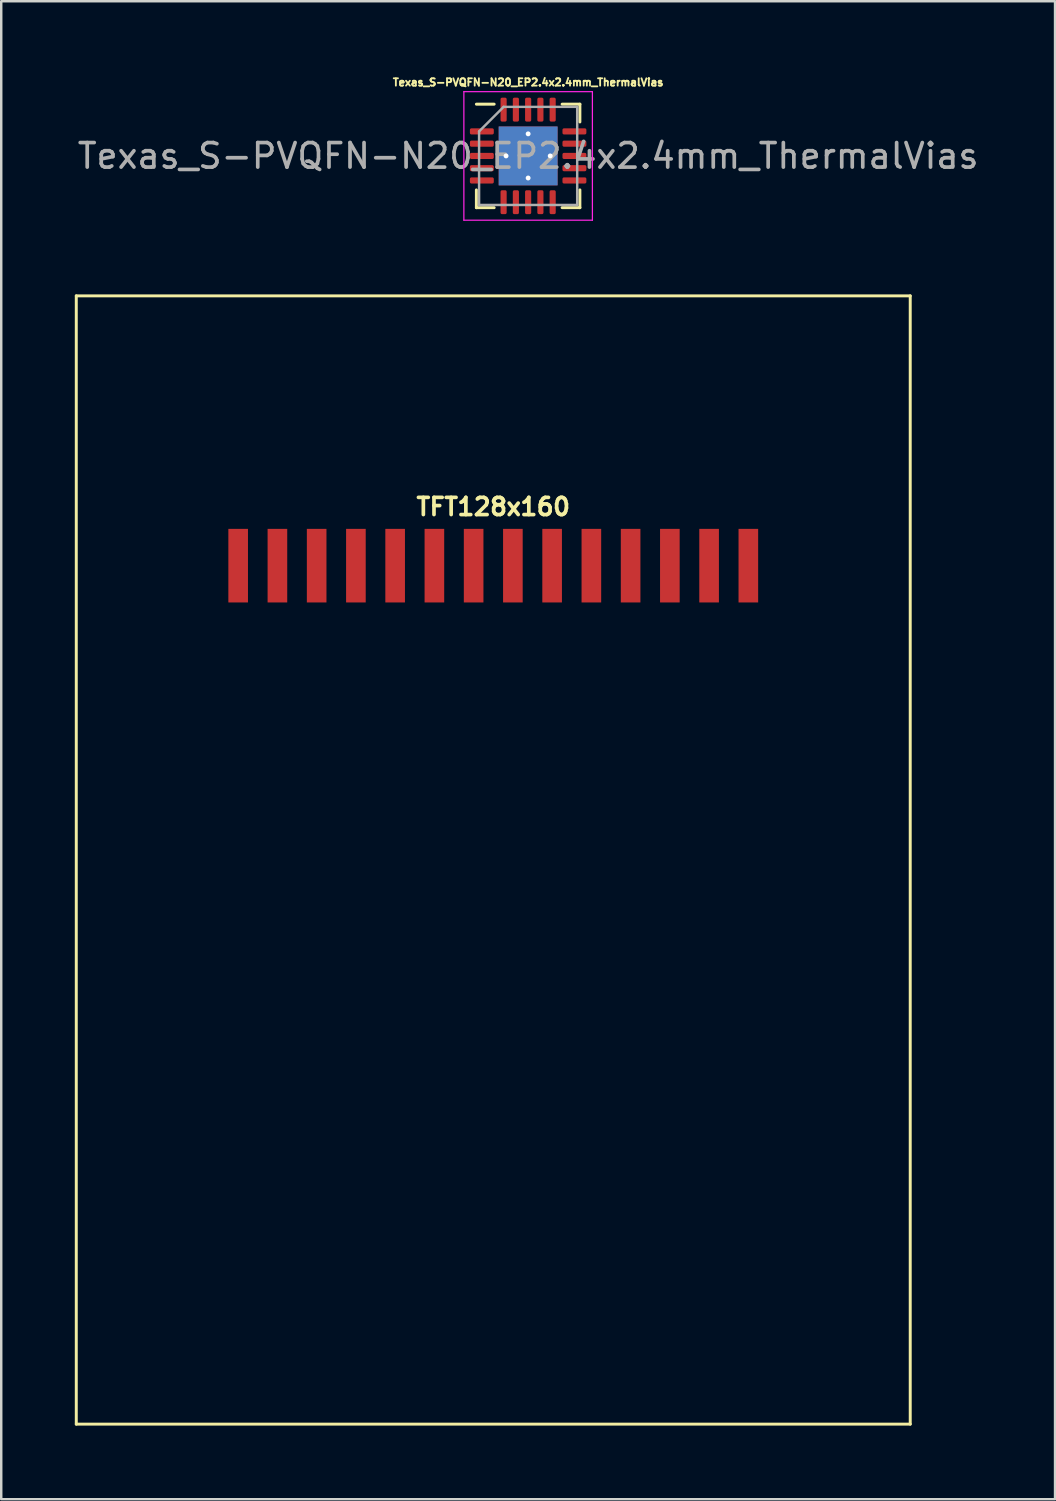
<source format=kicad_pcb>
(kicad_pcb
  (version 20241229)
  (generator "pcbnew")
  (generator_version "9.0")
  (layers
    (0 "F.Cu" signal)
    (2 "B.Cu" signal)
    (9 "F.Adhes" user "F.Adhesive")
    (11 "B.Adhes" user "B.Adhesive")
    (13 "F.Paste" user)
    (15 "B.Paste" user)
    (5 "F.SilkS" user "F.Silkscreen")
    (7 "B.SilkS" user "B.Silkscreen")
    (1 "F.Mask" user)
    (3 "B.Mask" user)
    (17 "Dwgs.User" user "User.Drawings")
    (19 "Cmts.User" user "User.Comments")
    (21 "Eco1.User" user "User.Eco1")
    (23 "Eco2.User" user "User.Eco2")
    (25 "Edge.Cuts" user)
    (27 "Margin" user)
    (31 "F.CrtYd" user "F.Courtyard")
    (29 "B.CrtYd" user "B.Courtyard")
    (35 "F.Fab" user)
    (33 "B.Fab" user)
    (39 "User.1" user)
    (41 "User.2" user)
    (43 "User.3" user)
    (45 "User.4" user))
  (footprint "Texas_S-PVQFN-N20_EP2.4x2.4mm_ThermalVias"
    (layer "F.Cu")
    (at 18.482 3.307)
    (property "Reference" "Texas_S-PVQFN-N20_EP2.4x2.4mm_ThermalVias" (at 0 -3 0) (layer "F.SilkS") (effects (font (size 0.3 0.3) (thickness 0.075))))
    (attr smd)
    (fp_line (start -2.11 2.11) (end -2.11 1.385) (stroke (width 0.12) (type solid)) (layer "F.SilkS"))
    (fp_line (start -1.385 -2.11) (end -2.11 -2.11) (stroke (width 0.12) (type solid)) (layer "F.SilkS"))
    (fp_line (start -1.385 2.11) (end -2.11 2.11) (stroke (width 0.12) (type solid)) (layer "F.SilkS"))
    (fp_line (start 1.385 -2.11) (end 2.11 -2.11) (stroke (width 0.12) (type solid)) (layer "F.SilkS"))
    (fp_line (start 1.385 2.11) (end 2.11 2.11) (stroke (width 0.12) (type solid)) (layer "F.SilkS"))
    (fp_line (start 2.11 -2.11) (end 2.11 -1.385) (stroke (width 0.12) (type solid)) (layer "F.SilkS"))
    (fp_line (start 2.11 2.11) (end 2.11 1.385) (stroke (width 0.12) (type solid)) (layer "F.SilkS"))
    (fp_line (start -2.62 -2.62) (end -2.62 2.62) (stroke (width 0.05) (type solid)) (layer "F.CrtYd"))
    (fp_line (start -2.62 2.62) (end 2.62 2.62) (stroke (width 0.05) (type solid)) (layer "F.CrtYd"))
    (fp_line (start 2.62 -2.62) (end -2.62 -2.62) (stroke (width 0.05) (type solid)) (layer "F.CrtYd"))
    (fp_line (start 2.62 2.62) (end 2.62 -2.62) (stroke (width 0.05) (type solid)) (layer "F.CrtYd"))
    (fp_line (start -2 -1) (end -1 -2) (stroke (width 0.1) (type solid)) (layer "F.Fab"))
    (fp_line (start -2 2) (end -2 -1) (stroke (width 0.1) (type solid)) (layer "F.Fab"))
    (fp_line (start -1 -2) (end 2 -2) (stroke (width 0.1) (type solid)) (layer "F.Fab"))
    (fp_line (start 2 -2) (end 2 2) (stroke (width 0.1) (type solid)) (layer "F.Fab"))
    (fp_line (start 2 2) (end -2 2) (stroke (width 0.1) (type solid)) (layer "F.Fab"))
    (fp_text user "${REFERENCE}" (at 0 0 0) (layer "F.Fab") (effects (font (size 1 1) (thickness 0.15))))
    (pad "" smd custom (at -0.475 -0.475) (size 0.72 0.72) (layers "F.Paste") (options (anchor circle)) (primitives (gr_poly (pts (xy -0.296 -0.19) (xy -0.19 -0.296) (xy 0.19 -0.296) (xy 0.296 -0.19) (xy 0.296 0.19) (xy 0.19 0.296) (xy -0.19 0.296) (xy -0.296 0.19)) (width 0.256) (fill yes))))
    (pad "" smd custom (at -0.475 0.475) (size 0.72 0.72) (layers "F.Paste") (options (anchor circle)) (primitives (gr_poly (pts (xy -0.296 -0.19) (xy -0.19 -0.296) (xy 0.19 -0.296) (xy 0.296 -0.19) (xy 0.296 0.19) (xy 0.19 0.296) (xy -0.19 0.296) (xy -0.296 0.19)) (width 0.256) (fill yes))))
    (pad "" smd custom (at 0.475 -0.475) (size 0.72 0.72) (layers "F.Paste") (options (anchor circle)) (primitives (gr_poly (pts (xy -0.296 -0.19) (xy -0.19 -0.296) (xy 0.19 -0.296) (xy 0.296 -0.19) (xy 0.296 0.19) (xy 0.19 0.296) (xy -0.19 0.296) (xy -0.296 0.19)) (width 0.256) (fill yes))))
    (pad "" smd custom (at 0.475 0.475) (size 0.72 0.72) (layers "F.Paste") (options (anchor circle)) (primitives (gr_poly (pts (xy -0.296 -0.19) (xy -0.19 -0.296) (xy 0.19 -0.296) (xy 0.296 -0.19) (xy 0.296 0.19) (xy 0.19 0.296) (xy -0.19 0.296) (xy -0.296 0.19)) (width 0.256) (fill yes))))
    (pad "1" smd roundrect (at -1.887 -1) (size 0.975 0.25) (layers "F.Cu" "F.Mask" "F.Paste") (roundrect_rratio 0.25))
    (pad "2" smd roundrect (at -1.887 -0.5) (size 0.975 0.25) (layers "F.Cu" "F.Mask" "F.Paste") (roundrect_rratio 0.25))
    (pad "3" smd roundrect (at -1.887 0) (size 0.975 0.25) (layers "F.Cu" "F.Mask" "F.Paste") (roundrect_rratio 0.25))
    (pad "4" smd roundrect (at -1.887 0.5) (size 0.975 0.25) (layers "F.Cu" "F.Mask" "F.Paste") (roundrect_rratio 0.25))
    (pad "5" smd roundrect (at -1.887 1) (size 0.975 0.25) (layers "F.Cu" "F.Mask" "F.Paste") (roundrect_rratio 0.25))
    (pad "6" smd roundrect (at -1 1.887) (size 0.25 0.975) (layers "F.Cu" "F.Mask" "F.Paste") (roundrect_rratio 0.25))
    (pad "7" smd roundrect (at -0.5 1.887) (size 0.25 0.975) (layers "F.Cu" "F.Mask" "F.Paste") (roundrect_rratio 0.25))
    (pad "8" smd roundrect (at 0 1.887) (size 0.25 0.975) (layers "F.Cu" "F.Mask" "F.Paste") (roundrect_rratio 0.25))
    (pad "9" smd roundrect (at 0.5 1.887) (size 0.25 0.975) (layers "F.Cu" "F.Mask" "F.Paste") (roundrect_rratio 0.25))
    (pad "10" smd roundrect (at 1 1.887) (size 0.25 0.975) (layers "F.Cu" "F.Mask" "F.Paste") (roundrect_rratio 0.25))
    (pad "11" smd roundrect (at 1.887 1) (size 0.975 0.25) (layers "F.Cu" "F.Mask" "F.Paste") (roundrect_rratio 0.25))
    (pad "12" smd roundrect (at 1.887 0.5) (size 0.975 0.25) (layers "F.Cu" "F.Mask" "F.Paste") (roundrect_rratio 0.25))
    (pad "13" smd roundrect (at 1.887 0) (size 0.975 0.25) (layers "F.Cu" "F.Mask" "F.Paste") (roundrect_rratio 0.25))
    (pad "14" smd roundrect (at 1.887 -0.5) (size 0.975 0.25) (layers "F.Cu" "F.Mask" "F.Paste") (roundrect_rratio 0.25))
    (pad "15" smd roundrect (at 1.887 -1) (size 0.975 0.25) (layers "F.Cu" "F.Mask" "F.Paste") (roundrect_rratio 0.25))
    (pad "16" smd roundrect (at 1 -1.887) (size 0.25 0.975) (layers "F.Cu" "F.Mask" "F.Paste") (roundrect_rratio 0.25))
    (pad "17" smd roundrect (at 0.5 -1.887) (size 0.25 0.975) (layers "F.Cu" "F.Mask" "F.Paste") (roundrect_rratio 0.25))
    (pad "18" smd roundrect (at 0 -1.887) (size 0.25 0.975) (layers "F.Cu" "F.Mask" "F.Paste") (roundrect_rratio 0.25))
    (pad "19" smd roundrect (at -0.5 -1.887) (size 0.25 0.975) (layers "F.Cu" "F.Mask" "F.Paste") (roundrect_rratio 0.25))
    (pad "20" smd roundrect (at -1 -1.887) (size 0.25 0.975) (layers "F.Cu" "F.Mask" "F.Paste") (roundrect_rratio 0.25))
    (pad "21" thru_hole circle (at -0.9 0) (size 0.55 0.55) (drill 0.2) (layers "*.Cu"))
    (pad "21" thru_hole circle (at 0 -0.9) (size 0.55 0.55) (drill 0.2) (layers "*.Cu"))
    (pad "21" smd rect (at 0 0) (size 2.4 2.4) (layers "F.Cu"))
    (pad "21" smd rect (at 0 0) (size 2.4 2.4) (layers "B.Cu"))
    (pad "21" thru_hole circle (at 0 0.9) (size 0.55 0.55) (drill 0.2) (layers "*.Cu"))
    (pad "21" thru_hole circle (at 0.9 0) (size 0.55 0.55) (drill 0.2) (layers "*.Cu")))
  (footprint "TFT128x160"
    (layer "F.Cu")
    (at 17.06 20.012)
    (property "Reference" "TFT128x160" (at 0 -2.4 0) (layer "F.SilkS") (effects (font (size 0.7 0.7) (thickness 0.15))))
    (attr through_hole)
    (fp_line (start -17 -11) (end -17 35) (stroke (width 0.12) (type solid)) (layer "F.SilkS"))
    (fp_line (start -17 -11) (end 17 -11) (stroke (width 0.12) (type solid)) (layer "F.SilkS"))
    (fp_line (start -17 35) (end 17 35) (stroke (width 0.12) (type solid)) (layer "F.SilkS"))
    (fp_line (start 17 35) (end 17 -11) (stroke (width 0.12) (type solid)) (layer "F.SilkS"))
    (pad "1" smd rect (at -10.4 0) (size 0.8 3) (layers "F.Cu" "F.Mask" "F.Paste"))
    (pad "2" smd rect (at -8.8 0) (size 0.8 3) (layers "F.Cu" "F.Mask" "F.Paste"))
    (pad "3" smd rect (at -7.2 0) (size 0.8 3) (layers "F.Cu" "F.Mask" "F.Paste"))
    (pad "4" smd rect (at -5.6 0) (size 0.8 3) (layers "F.Cu" "F.Mask" "F.Paste"))
    (pad "5" smd rect (at -4 0) (size 0.8 3) (layers "F.Cu" "F.Mask" "F.Paste"))
    (pad "6" smd rect (at -2.4 0) (size 0.8 3) (layers "F.Cu" "F.Mask" "F.Paste"))
    (pad "7" smd rect (at -0.8 0) (size 0.8 3) (layers "F.Cu" "F.Mask" "F.Paste"))
    (pad "8" smd rect (at 0.8 0) (size 0.8 3) (layers "F.Cu" "F.Mask" "F.Paste"))
    (pad "9" smd rect (at 2.4 0) (size 0.8 3) (layers "F.Cu" "F.Mask" "F.Paste"))
    (pad "10" smd rect (at 4 0) (size 0.8 3) (layers "F.Cu" "F.Mask" "F.Paste"))
    (pad "11" smd rect (at 5.6 0) (size 0.8 3) (layers "F.Cu" "F.Mask" "F.Paste"))
    (pad "12" smd rect (at 7.2 0) (size 0.8 3) (layers "F.Cu" "F.Mask" "F.Paste"))
    (pad "13" smd rect (at 8.8 0) (size 0.8 3) (layers "F.Cu" "F.Mask" "F.Paste"))
    (pad "14" smd rect (at 10.4 0) (size 0.8 3) (layers "F.Cu" "F.Mask" "F.Paste")))
  (gr_rect
    (start -3 -3)
    (end 39.964 58.072)
    (stroke (width 0.1) (type default))
    (fill no)
    (layer "Edge.Cuts")))
</source>
